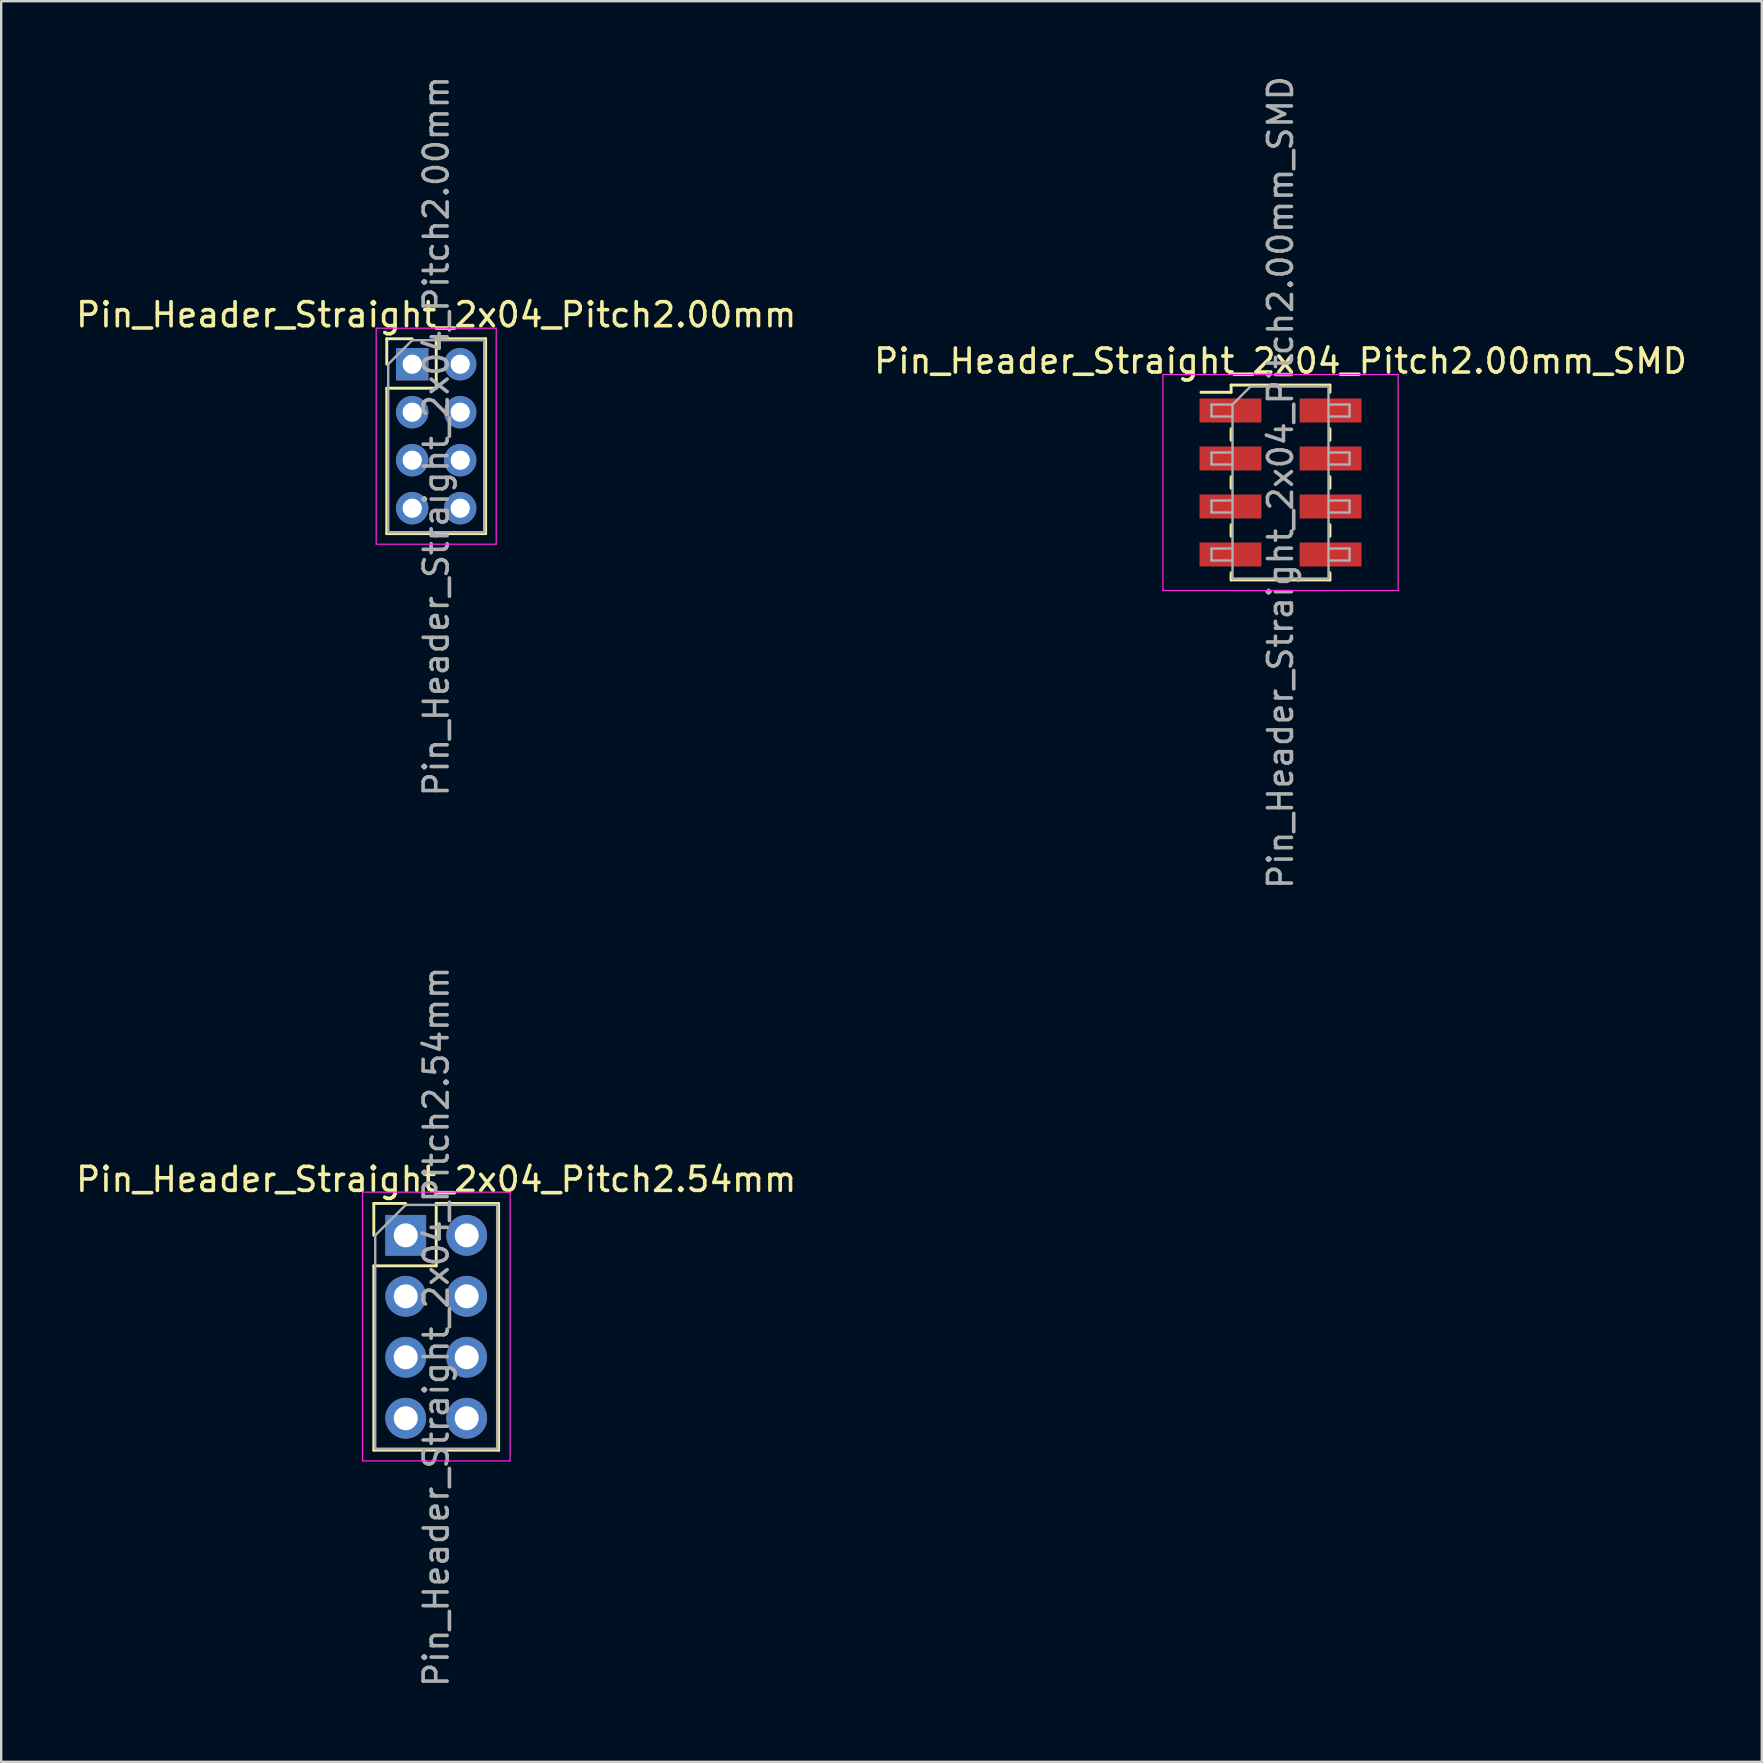
<source format=kicad_pcb>
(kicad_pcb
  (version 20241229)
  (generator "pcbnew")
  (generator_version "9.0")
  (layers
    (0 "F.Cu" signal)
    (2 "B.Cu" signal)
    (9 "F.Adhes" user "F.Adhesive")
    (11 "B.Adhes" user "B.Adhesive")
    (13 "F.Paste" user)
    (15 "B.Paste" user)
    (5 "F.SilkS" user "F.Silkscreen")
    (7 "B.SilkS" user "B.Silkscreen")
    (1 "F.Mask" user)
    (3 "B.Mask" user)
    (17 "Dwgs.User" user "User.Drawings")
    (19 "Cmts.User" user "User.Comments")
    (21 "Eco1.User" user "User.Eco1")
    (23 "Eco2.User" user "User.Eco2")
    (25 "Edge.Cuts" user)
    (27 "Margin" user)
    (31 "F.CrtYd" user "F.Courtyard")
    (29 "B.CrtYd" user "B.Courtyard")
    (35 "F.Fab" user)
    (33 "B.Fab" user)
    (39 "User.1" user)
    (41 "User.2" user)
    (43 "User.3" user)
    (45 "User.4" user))
  (footprint "Pin_Header_Straight_2x04_Pitch2.00mm_SMD"
    (layer "F.Cu")
    (at 50.304 17.054)
    (property "Reference" "Pin_Header_Straight_2x04_Pitch2.00mm_SMD" (at 0 -5.06 0) (layer "F.SilkS") (effects (font (size 1 1) (thickness 0.15))))
    (attr smd)
    (fp_line (start -3.315 -3.76) (end -2.06 -3.76) (stroke (width 0.12) (type solid)) (layer "F.SilkS"))
    (fp_line (start -2.06 -4.06) (end -2.06 -3.76) (stroke (width 0.12) (type solid)) (layer "F.SilkS"))
    (fp_line (start -2.06 -4.06) (end 2.06 -4.06) (stroke (width 0.12) (type solid)) (layer "F.SilkS"))
    (fp_line (start -2.06 -2.24) (end -2.06 -1.76) (stroke (width 0.12) (type solid)) (layer "F.SilkS"))
    (fp_line (start -2.06 -0.24) (end -2.06 0.24) (stroke (width 0.12) (type solid)) (layer "F.SilkS"))
    (fp_line (start -2.06 1.76) (end -2.06 2.24) (stroke (width 0.12) (type solid)) (layer "F.SilkS"))
    (fp_line (start -2.06 3.76) (end -2.06 4.06) (stroke (width 0.12) (type solid)) (layer "F.SilkS"))
    (fp_line (start -2.06 4.06) (end 2.06 4.06) (stroke (width 0.12) (type solid)) (layer "F.SilkS"))
    (fp_line (start 2.06 -4.06) (end 2.06 -3.76) (stroke (width 0.12) (type solid)) (layer "F.SilkS"))
    (fp_line (start 2.06 -2.24) (end 2.06 -1.76) (stroke (width 0.12) (type solid)) (layer "F.SilkS"))
    (fp_line (start 2.06 -0.24) (end 2.06 0.24) (stroke (width 0.12) (type solid)) (layer "F.SilkS"))
    (fp_line (start 2.06 1.76) (end 2.06 2.24) (stroke (width 0.12) (type solid)) (layer "F.SilkS"))
    (fp_line (start 2.06 3.76) (end 2.06 4.06) (stroke (width 0.12) (type solid)) (layer "F.SilkS"))
    (fp_line (start -4.9 -4.5) (end -4.9 4.5) (stroke (width 0.05) (type solid)) (layer "F.CrtYd"))
    (fp_line (start -4.9 4.5) (end 4.9 4.5) (stroke (width 0.05) (type solid)) (layer "F.CrtYd"))
    (fp_line (start 4.9 -4.5) (end -4.9 -4.5) (stroke (width 0.05) (type solid)) (layer "F.CrtYd"))
    (fp_line (start 4.9 4.5) (end 4.9 -4.5) (stroke (width 0.05) (type solid)) (layer "F.CrtYd"))
    (fp_line (start -2.875 -3.25) (end -2.875 -2.75) (stroke (width 0.1) (type solid)) (layer "F.Fab"))
    (fp_line (start -2.875 -2.75) (end -2 -2.75) (stroke (width 0.1) (type solid)) (layer "F.Fab"))
    (fp_line (start -2.875 -1.25) (end -2.875 -0.75) (stroke (width 0.1) (type solid)) (layer "F.Fab"))
    (fp_line (start -2.875 -0.75) (end -2 -0.75) (stroke (width 0.1) (type solid)) (layer "F.Fab"))
    (fp_line (start -2.875 0.75) (end -2.875 1.25) (stroke (width 0.1) (type solid)) (layer "F.Fab"))
    (fp_line (start -2.875 1.25) (end -2 1.25) (stroke (width 0.1) (type solid)) (layer "F.Fab"))
    (fp_line (start -2.875 2.75) (end -2.875 3.25) (stroke (width 0.1) (type solid)) (layer "F.Fab"))
    (fp_line (start -2.875 3.25) (end -2 3.25) (stroke (width 0.1) (type solid)) (layer "F.Fab"))
    (fp_line (start -2 -3.25) (end -2.875 -3.25) (stroke (width 0.1) (type solid)) (layer "F.Fab"))
    (fp_line (start -2 -3.25) (end -1.25 -4) (stroke (width 0.1) (type solid)) (layer "F.Fab"))
    (fp_line (start -2 -1.25) (end -2.875 -1.25) (stroke (width 0.1) (type solid)) (layer "F.Fab"))
    (fp_line (start -2 0.75) (end -2.875 0.75) (stroke (width 0.1) (type solid)) (layer "F.Fab"))
    (fp_line (start -2 2.75) (end -2.875 2.75) (stroke (width 0.1) (type solid)) (layer "F.Fab"))
    (fp_line (start -2 4) (end -2 -3.25) (stroke (width 0.1) (type solid)) (layer "F.Fab"))
    (fp_line (start -1.25 -4) (end 2 -4) (stroke (width 0.1) (type solid)) (layer "F.Fab"))
    (fp_line (start 2 -4) (end 2 4) (stroke (width 0.1) (type solid)) (layer "F.Fab"))
    (fp_line (start 2 -3.25) (end 2.875 -3.25) (stroke (width 0.1) (type solid)) (layer "F.Fab"))
    (fp_line (start 2 -1.25) (end 2.875 -1.25) (stroke (width 0.1) (type solid)) (layer "F.Fab"))
    (fp_line (start 2 0.75) (end 2.875 0.75) (stroke (width 0.1) (type solid)) (layer "F.Fab"))
    (fp_line (start 2 2.75) (end 2.875 2.75) (stroke (width 0.1) (type solid)) (layer "F.Fab"))
    (fp_line (start 2 4) (end -2 4) (stroke (width 0.1) (type solid)) (layer "F.Fab"))
    (fp_line (start 2.875 -3.25) (end 2.875 -2.75) (stroke (width 0.1) (type solid)) (layer "F.Fab"))
    (fp_line (start 2.875 -2.75) (end 2 -2.75) (stroke (width 0.1) (type solid)) (layer "F.Fab"))
    (fp_line (start 2.875 -1.25) (end 2.875 -0.75) (stroke (width 0.1) (type solid)) (layer "F.Fab"))
    (fp_line (start 2.875 -0.75) (end 2 -0.75) (stroke (width 0.1) (type solid)) (layer "F.Fab"))
    (fp_line (start 2.875 0.75) (end 2.875 1.25) (stroke (width 0.1) (type solid)) (layer "F.Fab"))
    (fp_line (start 2.875 1.25) (end 2 1.25) (stroke (width 0.1) (type solid)) (layer "F.Fab"))
    (fp_line (start 2.875 2.75) (end 2.875 3.25) (stroke (width 0.1) (type solid)) (layer "F.Fab"))
    (fp_line (start 2.875 3.25) (end 2 3.25) (stroke (width 0.1) (type solid)) (layer "F.Fab"))
    (fp_text user "${REFERENCE}" (at 0 0 90) (layer "F.Fab") (effects (font (size 1 1) (thickness 0.15))))
    (pad "1" smd rect (at -2.085 -3) (size 2.58 1) (layers "F.Cu" "F.Mask" "F.Paste"))
    (pad "2" smd rect (at 2.085 -3) (size 2.58 1) (layers "F.Cu" "F.Mask" "F.Paste"))
    (pad "3" smd rect (at -2.085 -1) (size 2.58 1) (layers "F.Cu" "F.Mask" "F.Paste"))
    (pad "4" smd rect (at 2.085 -1) (size 2.58 1) (layers "F.Cu" "F.Mask" "F.Paste"))
    (pad "5" smd rect (at -2.085 1) (size 2.58 1) (layers "F.Cu" "F.Mask" "F.Paste"))
    (pad "6" smd rect (at 2.085 1) (size 2.58 1) (layers "F.Cu" "F.Mask" "F.Paste"))
    (pad "7" smd rect (at -2.085 3) (size 2.58 1) (layers "F.Cu" "F.Mask" "F.Paste"))
    (pad "8" smd rect (at 2.085 3) (size 2.58 1) (layers "F.Cu" "F.Mask" "F.Paste")))
  (footprint "Pin_Header_Straight_2x04_Pitch2.00mm"
    (layer "F.Cu")
    (at 14.125 12.125)
    (property "Reference" "Pin_Header_Straight_2x04_Pitch2.00mm" (at 1 -2.06 0) (layer "F.SilkS") (effects (font (size 1 1) (thickness 0.15))))
    (attr through_hole)
    (fp_line (start -1.06 -1.06) (end 0 -1.06) (stroke (width 0.12) (type solid)) (layer "F.SilkS"))
    (fp_line (start -1.06 0) (end -1.06 -1.06) (stroke (width 0.12) (type solid)) (layer "F.SilkS"))
    (fp_line (start -1.06 1) (end -1.06 7.06) (stroke (width 0.12) (type solid)) (layer "F.SilkS"))
    (fp_line (start -1.06 1) (end 1 1) (stroke (width 0.12) (type solid)) (layer "F.SilkS"))
    (fp_line (start -1.06 7.06) (end 3.06 7.06) (stroke (width 0.12) (type solid)) (layer "F.SilkS"))
    (fp_line (start 1 -1.06) (end 3.06 -1.06) (stroke (width 0.12) (type solid)) (layer "F.SilkS"))
    (fp_line (start 1 1) (end 1 -1.06) (stroke (width 0.12) (type solid)) (layer "F.SilkS"))
    (fp_line (start 3.06 -1.06) (end 3.06 7.06) (stroke (width 0.12) (type solid)) (layer "F.SilkS"))
    (fp_line (start -1.5 -1.5) (end -1.5 7.5) (stroke (width 0.05) (type solid)) (layer "F.CrtYd"))
    (fp_line (start -1.5 7.5) (end 3.5 7.5) (stroke (width 0.05) (type solid)) (layer "F.CrtYd"))
    (fp_line (start 3.5 -1.5) (end -1.5 -1.5) (stroke (width 0.05) (type solid)) (layer "F.CrtYd"))
    (fp_line (start 3.5 7.5) (end 3.5 -1.5) (stroke (width 0.05) (type solid)) (layer "F.CrtYd"))
    (fp_line (start -1 0) (end 0 -1) (stroke (width 0.1) (type solid)) (layer "F.Fab"))
    (fp_line (start -1 7) (end -1 0) (stroke (width 0.1) (type solid)) (layer "F.Fab"))
    (fp_line (start 0 -1) (end 3 -1) (stroke (width 0.1) (type solid)) (layer "F.Fab"))
    (fp_line (start 3 -1) (end 3 7) (stroke (width 0.1) (type solid)) (layer "F.Fab"))
    (fp_line (start 3 7) (end -1 7) (stroke (width 0.1) (type solid)) (layer "F.Fab"))
    (fp_text user "${REFERENCE}" (at 1 3 90) (layer "F.Fab") (effects (font (size 1 1) (thickness 0.15))))
    (pad "1" thru_hole rect (at 0 0) (size 1.35 1.35) (drill 0.8) (layers "*.Cu" "*.Mask"))
    (pad "2" thru_hole oval (at 2 0) (size 1.35 1.35) (drill 0.8) (layers "*.Cu" "*.Mask"))
    (pad "3" thru_hole oval (at 0 2) (size 1.35 1.35) (drill 0.8) (layers "*.Cu" "*.Mask"))
    (pad "4" thru_hole oval (at 2 2) (size 1.35 1.35) (drill 0.8) (layers "*.Cu" "*.Mask"))
    (pad "5" thru_hole oval (at 0 4) (size 1.35 1.35) (drill 0.8) (layers "*.Cu" "*.Mask"))
    (pad "6" thru_hole oval (at 2 4) (size 1.35 1.35) (drill 0.8) (layers "*.Cu" "*.Mask"))
    (pad "7" thru_hole oval (at 0 6) (size 1.35 1.35) (drill 0.8) (layers "*.Cu" "*.Mask"))
    (pad "8" thru_hole oval (at 2 6) (size 1.35 1.35) (drill 0.8) (layers "*.Cu" "*.Mask")))
  (footprint "Pin_Header_Straight_2x04_Pitch2.54mm"
    (layer "F.Cu")
    (at 13.855 48.422)
    (property "Reference" "Pin_Header_Straight_2x04_Pitch2.54mm" (at 1.27 -2.33 0) (layer "F.SilkS") (effects (font (size 1 1) (thickness 0.15))))
    (attr through_hole)
    (fp_line (start -1.33 -1.33) (end 0 -1.33) (stroke (width 0.12) (type solid)) (layer "F.SilkS"))
    (fp_line (start -1.33 0) (end -1.33 -1.33) (stroke (width 0.12) (type solid)) (layer "F.SilkS"))
    (fp_line (start -1.33 1.27) (end -1.33 8.95) (stroke (width 0.12) (type solid)) (layer "F.SilkS"))
    (fp_line (start -1.33 1.27) (end 1.27 1.27) (stroke (width 0.12) (type solid)) (layer "F.SilkS"))
    (fp_line (start -1.33 8.95) (end 3.87 8.95) (stroke (width 0.12) (type solid)) (layer "F.SilkS"))
    (fp_line (start 1.27 -1.33) (end 3.87 -1.33) (stroke (width 0.12) (type solid)) (layer "F.SilkS"))
    (fp_line (start 1.27 1.27) (end 1.27 -1.33) (stroke (width 0.12) (type solid)) (layer "F.SilkS"))
    (fp_line (start 3.87 -1.33) (end 3.87 8.95) (stroke (width 0.12) (type solid)) (layer "F.SilkS"))
    (fp_line (start -1.8 -1.8) (end -1.8 9.4) (stroke (width 0.05) (type solid)) (layer "F.CrtYd"))
    (fp_line (start -1.8 9.4) (end 4.35 9.4) (stroke (width 0.05) (type solid)) (layer "F.CrtYd"))
    (fp_line (start 4.35 -1.8) (end -1.8 -1.8) (stroke (width 0.05) (type solid)) (layer "F.CrtYd"))
    (fp_line (start 4.35 9.4) (end 4.35 -1.8) (stroke (width 0.05) (type solid)) (layer "F.CrtYd"))
    (fp_line (start -1.27 0) (end 0 -1.27) (stroke (width 0.1) (type solid)) (layer "F.Fab"))
    (fp_line (start -1.27 8.89) (end -1.27 0) (stroke (width 0.1) (type solid)) (layer "F.Fab"))
    (fp_line (start 0 -1.27) (end 3.81 -1.27) (stroke (width 0.1) (type solid)) (layer "F.Fab"))
    (fp_line (start 3.81 -1.27) (end 3.81 8.89) (stroke (width 0.1) (type solid)) (layer "F.Fab"))
    (fp_line (start 3.81 8.89) (end -1.27 8.89) (stroke (width 0.1) (type solid)) (layer "F.Fab"))
    (fp_text user "${REFERENCE}" (at 1.27 3.81 90) (layer "F.Fab") (effects (font (size 1 1) (thickness 0.15))))
    (pad "1" thru_hole rect (at 0 0) (size 1.7 1.7) (drill 1) (layers "*.Cu" "*.Mask"))
    (pad "2" thru_hole oval (at 2.54 0) (size 1.7 1.7) (drill 1) (layers "*.Cu" "*.Mask"))
    (pad "3" thru_hole oval (at 0 2.54) (size 1.7 1.7) (drill 1) (layers "*.Cu" "*.Mask"))
    (pad "4" thru_hole oval (at 2.54 2.54) (size 1.7 1.7) (drill 1) (layers "*.Cu" "*.Mask"))
    (pad "5" thru_hole oval (at 0 5.08) (size 1.7 1.7) (drill 1) (layers "*.Cu" "*.Mask"))
    (pad "6" thru_hole oval (at 2.54 5.08) (size 1.7 1.7) (drill 1) (layers "*.Cu" "*.Mask"))
    (pad "7" thru_hole oval (at 0 7.62) (size 1.7 1.7) (drill 1) (layers "*.Cu" "*.Mask"))
    (pad "8" thru_hole oval (at 2.54 7.62) (size 1.7 1.7) (drill 1) (layers "*.Cu" "*.Mask")))
  (gr_rect
    (start -3 -3)
    (end 70.357 70.357)
    (stroke (width 0.1) (type default))
    (fill no)
    (layer "Edge.Cuts")))
</source>
